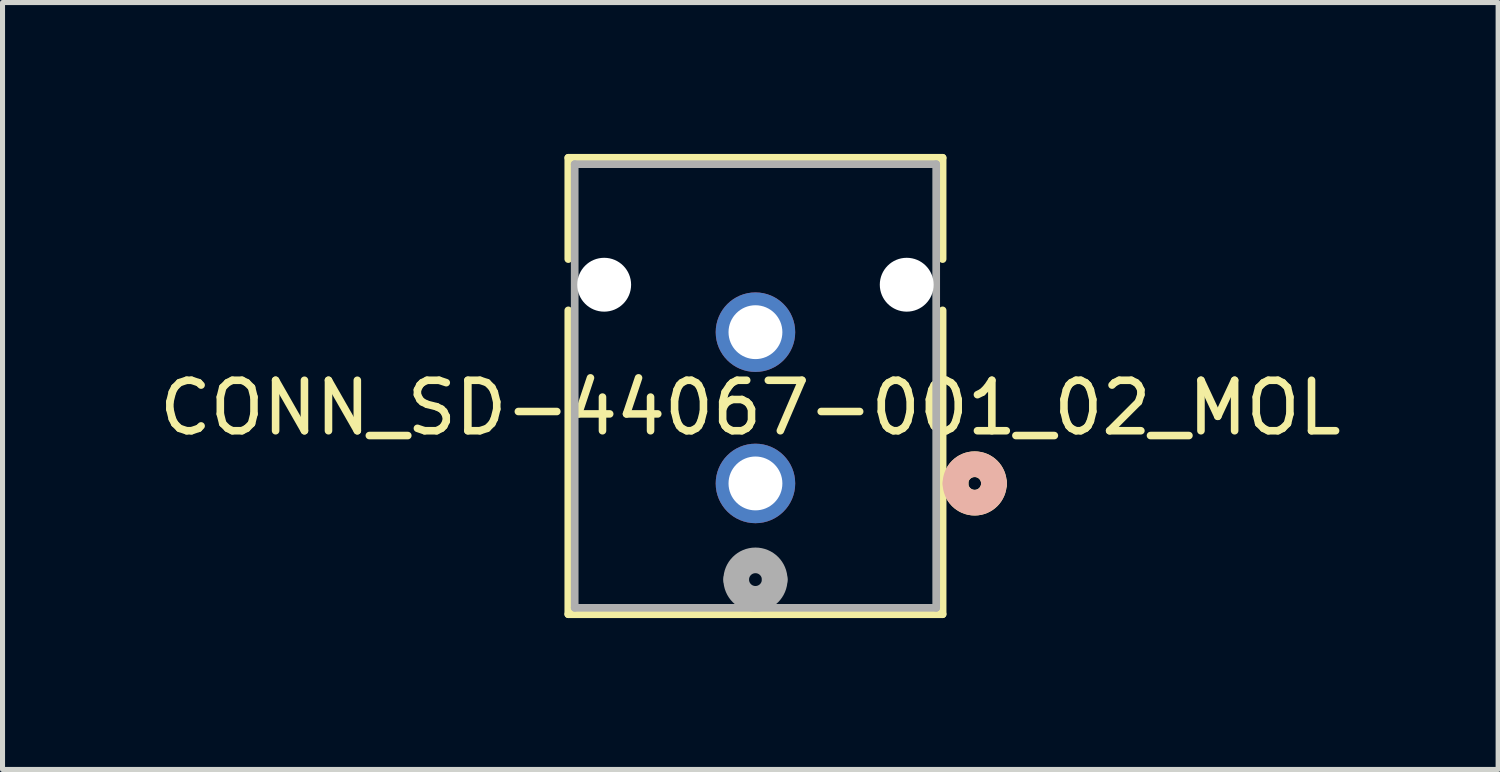
<source format=kicad_pcb>
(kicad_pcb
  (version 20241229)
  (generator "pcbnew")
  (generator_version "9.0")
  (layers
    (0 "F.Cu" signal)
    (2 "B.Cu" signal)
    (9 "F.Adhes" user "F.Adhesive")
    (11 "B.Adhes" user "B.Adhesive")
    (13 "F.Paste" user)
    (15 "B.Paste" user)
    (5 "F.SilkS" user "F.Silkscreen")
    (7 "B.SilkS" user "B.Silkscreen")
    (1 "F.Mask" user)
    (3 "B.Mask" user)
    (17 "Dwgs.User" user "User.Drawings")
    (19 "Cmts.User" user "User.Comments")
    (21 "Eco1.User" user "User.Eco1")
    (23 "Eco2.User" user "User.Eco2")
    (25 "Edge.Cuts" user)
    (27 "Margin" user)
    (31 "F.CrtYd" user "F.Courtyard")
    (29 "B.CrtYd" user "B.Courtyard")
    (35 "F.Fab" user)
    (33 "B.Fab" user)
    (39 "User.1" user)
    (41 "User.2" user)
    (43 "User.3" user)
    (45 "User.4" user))
  (footprint "CONN_SD-44067-001_02_MOL"
    (layer "F.Cu")
    (at 11.917 6.528)
    (property "Reference" "CONN_SD-44067-001_02_MOL" (at -0.102 -1.499 0) (layer "F.SilkS") (effects (font (size 1 1) (thickness 0.15))))
    (attr through_hole)
    (fp_line (start -3.708 -6.452) (end -3.708 -4.445) (stroke (width 0.152) (type solid)) (layer "F.SilkS"))
    (fp_line (start -3.708 -3.429) (end -3.708 2.591) (stroke (width 0.152) (type solid)) (layer "F.SilkS"))
    (fp_line (start -3.708 2.591) (end 3.708 2.591) (stroke (width 0.152) (type solid)) (layer "F.SilkS"))
    (fp_line (start 3.708 -6.452) (end -3.708 -6.452) (stroke (width 0.152) (type solid)) (layer "F.SilkS"))
    (fp_line (start 3.708 -4.445) (end 3.708 -6.452) (stroke (width 0.152) (type solid)) (layer "F.SilkS"))
    (fp_line (start 3.708 2.591) (end 3.708 -3.429) (stroke (width 0.152) (type solid)) (layer "F.SilkS"))
    (fp_arc (start 3.9624 0) (mid 4.3434 -0.381) (end 4.7244 0) (stroke (width 0.508) (type solid)) (layer "F.SilkS"))
    (fp_arc (start 4.7244 0) (mid 4.3434 0.381) (end 3.9624 0) (stroke (width 0.508) (type solid)) (layer "F.SilkS"))
    (fp_arc (start 3.9624 0) (mid 4.3434 -0.381) (end 4.7244 0) (stroke (width 0.508) (type solid)) (layer "B.SilkS"))
    (fp_arc (start 4.7244 0) (mid 4.3434 0.381) (end 3.9624 0) (stroke (width 0.508) (type solid)) (layer "B.SilkS"))
    (fp_line (start -3.581 -6.325) (end -3.581 2.464) (stroke (width 0.152) (type solid)) (layer "F.Fab"))
    (fp_line (start -3.581 2.464) (end 3.581 2.464) (stroke (width 0.152) (type solid)) (layer "F.Fab"))
    (fp_line (start 3.581 -6.325) (end -3.581 -6.325) (stroke (width 0.152) (type solid)) (layer "F.Fab"))
    (fp_line (start 3.581 2.464) (end 3.581 -6.325) (stroke (width 0.152) (type solid)) (layer "F.Fab"))
    (fp_arc (start -0.381 1.905) (mid 0 1.524) (end 0.381 1.905) (stroke (width 0.508) (type solid)) (layer "F.Fab"))
    (fp_arc (start 0.381 1.905) (mid 0 2.286) (end -0.381 1.905) (stroke (width 0.508) (type solid)) (layer "F.Fab"))
    (pad "" np_thru_hole circle (at -2.997 -3.937) (size 1.067 1.067) (drill 1.067) (layers "*.Cu" "*.Mask"))
    (pad "" np_thru_hole circle (at 2.997 -3.937) (size 1.067 1.067) (drill 1.067) (layers "*.Cu" "*.Mask"))
    (pad "1" thru_hole circle (at 0 0) (size 1.575 1.575) (drill 1.067) (layers "*.Cu" "*.Mask"))
    (pad "2" thru_hole circle (at 0 -2.997) (size 1.575 1.575) (drill 1.067) (layers "*.Cu" "*.Mask")))
  (gr_rect
    (start -3 -3)
    (end 26.631 12.195)
    (stroke (width 0.1) (type default))
    (fill no)
    (layer "Edge.Cuts")))
</source>
